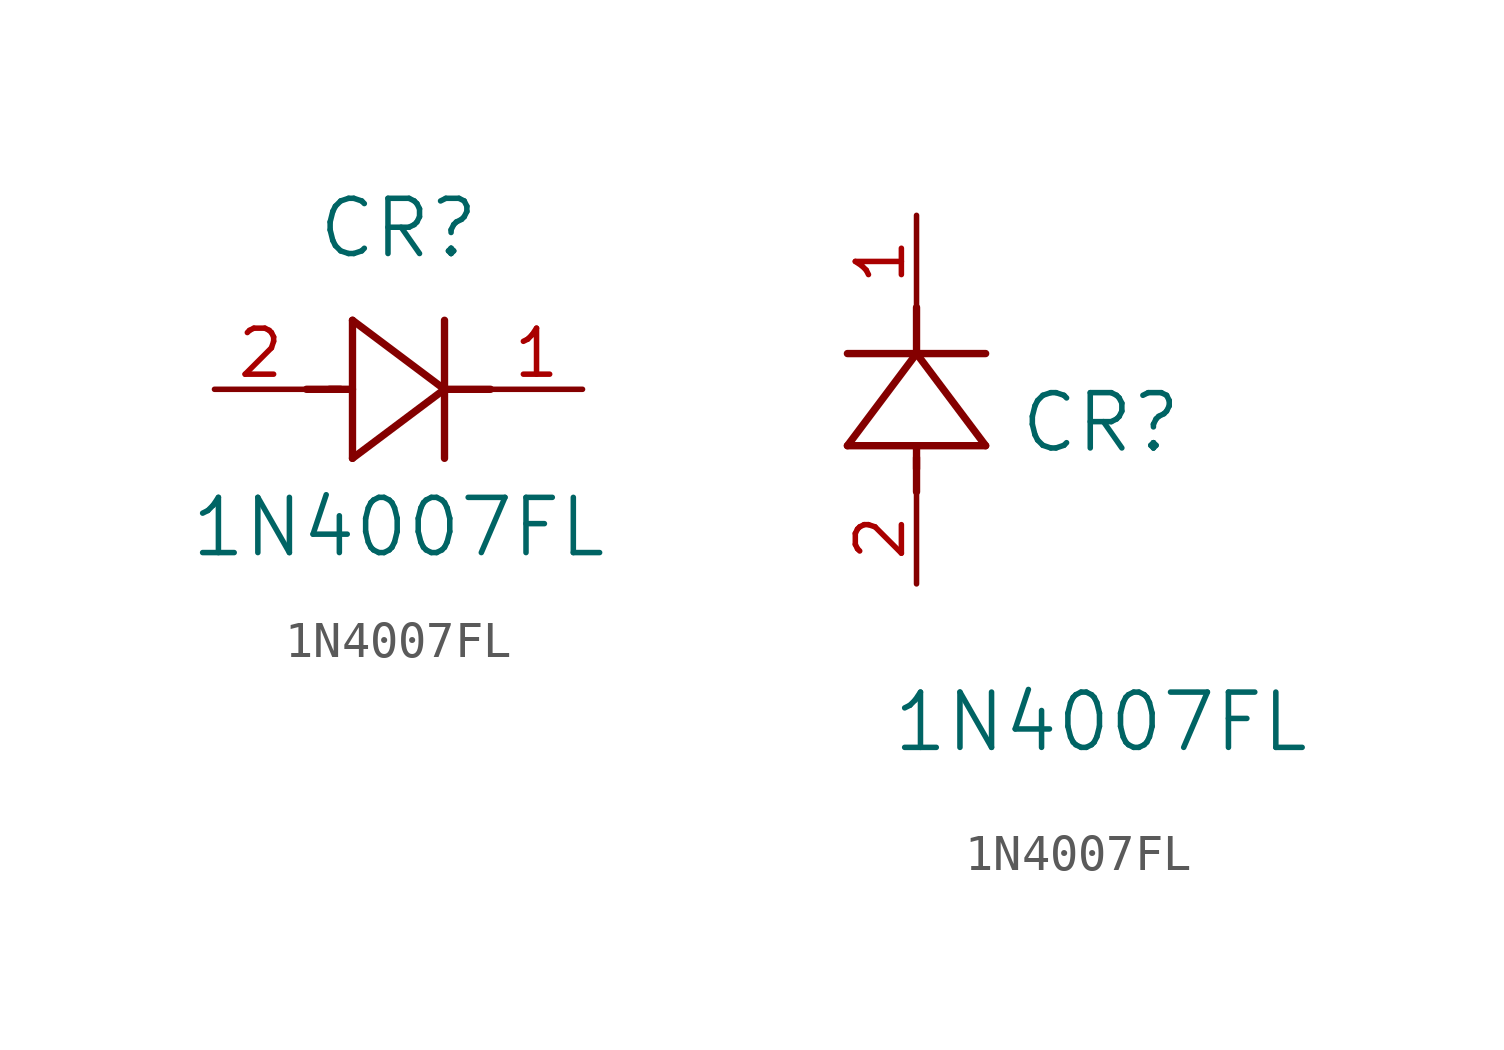
<source format=kicad_sym>
(kicad_symbol_lib
  (version 20211014)
  (generator kicad_symbol_editor)
  (symbol "1N4007FL"
    (pin_names
      (offset 0.254))
    (property "Reference" "CR"
      (at 5.08 4.445 0)
      (effects (font (size 1.524 1.524))))
    (property "Value" "1N4007FL"
      (at 5.08 -3.81 0)
      (effects (font (size 1.524 1.524))))
    (symbol "1N4007FL_1_1"
      (polyline (pts (xy 2.54 0) (xy 3.48 0)) (stroke (width 0.203) (type default) (color 0 0 0 0)) (fill (type none)))
      (polyline (pts (xy 3.81 1.905) (xy 3.81 -1.905)) (stroke (width 0.203) (type default) (color 0 0 0 0)) (fill (type none)))
      (polyline (pts (xy 3.175 0) (xy 3.81 0)) (stroke (width 0.203) (type default) (color 0 0 0 0)) (fill (type none)))
      (polyline (pts (xy 6.35 -1.905) (xy 6.35 1.905)) (stroke (width 0.203) (type default) (color 0 0 0 0)) (fill (type none)))
      (polyline (pts (xy 6.35 0) (xy 7.62 0)) (stroke (width 0.203) (type default) (color 0 0 0 0)) (fill (type none)))
      (polyline (pts (xy 6.35 0) (xy 3.81 1.905)) (stroke (width 0.203) (type default) (color 0 0 0 0)) (fill (type none)))
      (polyline (pts (xy 3.81 -1.905) (xy 6.35 0)) (stroke (width 0.203) (type default) (color 0 0 0 0)) (fill (type none)))
      (pin unspecified line (at 10.16 0 180) (length 2.54) (name "" (effects (font (size 1.27 1.27)))) (number "1" (effects (font (size 1.27 1.27)))))
      (pin unspecified line (at 0 0 0) (length 2.54) (name "" (effects (font (size 1.27 1.27)))) (number "2" (effects (font (size 1.27 1.27))))))
    (symbol "1N4007FL_1_2"
      (polyline (pts (xy 0 2.54) (xy 0 3.48)) (stroke (width 0.203) (type default) (color 0 0 0 0)) (fill (type none)))
      (polyline (pts (xy -1.905 3.81) (xy 1.905 3.81)) (stroke (width 0.203) (type default) (color 0 0 0 0)) (fill (type none)))
      (polyline (pts (xy 0 3.175) (xy 0 3.81)) (stroke (width 0.203) (type default) (color 0 0 0 0)) (fill (type none)))
      (polyline (pts (xy 1.905 6.35) (xy -1.905 6.35)) (stroke (width 0.203) (type default) (color 0 0 0 0)) (fill (type none)))
      (polyline (pts (xy 0 6.35) (xy 0 7.62)) (stroke (width 0.203) (type default) (color 0 0 0 0)) (fill (type none)))
      (polyline (pts (xy 0 6.35) (xy -1.905 3.81)) (stroke (width 0.203) (type default) (color 0 0 0 0)) (fill (type none)))
      (polyline (pts (xy 1.905 3.81) (xy 0 6.35)) (stroke (width 0.203) (type default) (color 0 0 0 0)) (fill (type none)))
      (pin unspecified line (at 0 10.16 270) (length 2.54) (name "" (effects (font (size 1.27 1.27)))) (number "1" (effects (font (size 1.27 1.27)))))
      (pin unspecified line (at 0 0 90) (length 2.54) (name "" (effects (font (size 1.27 1.27)))) (number "2" (effects (font (size 1.27 1.27))))))))
</source>
